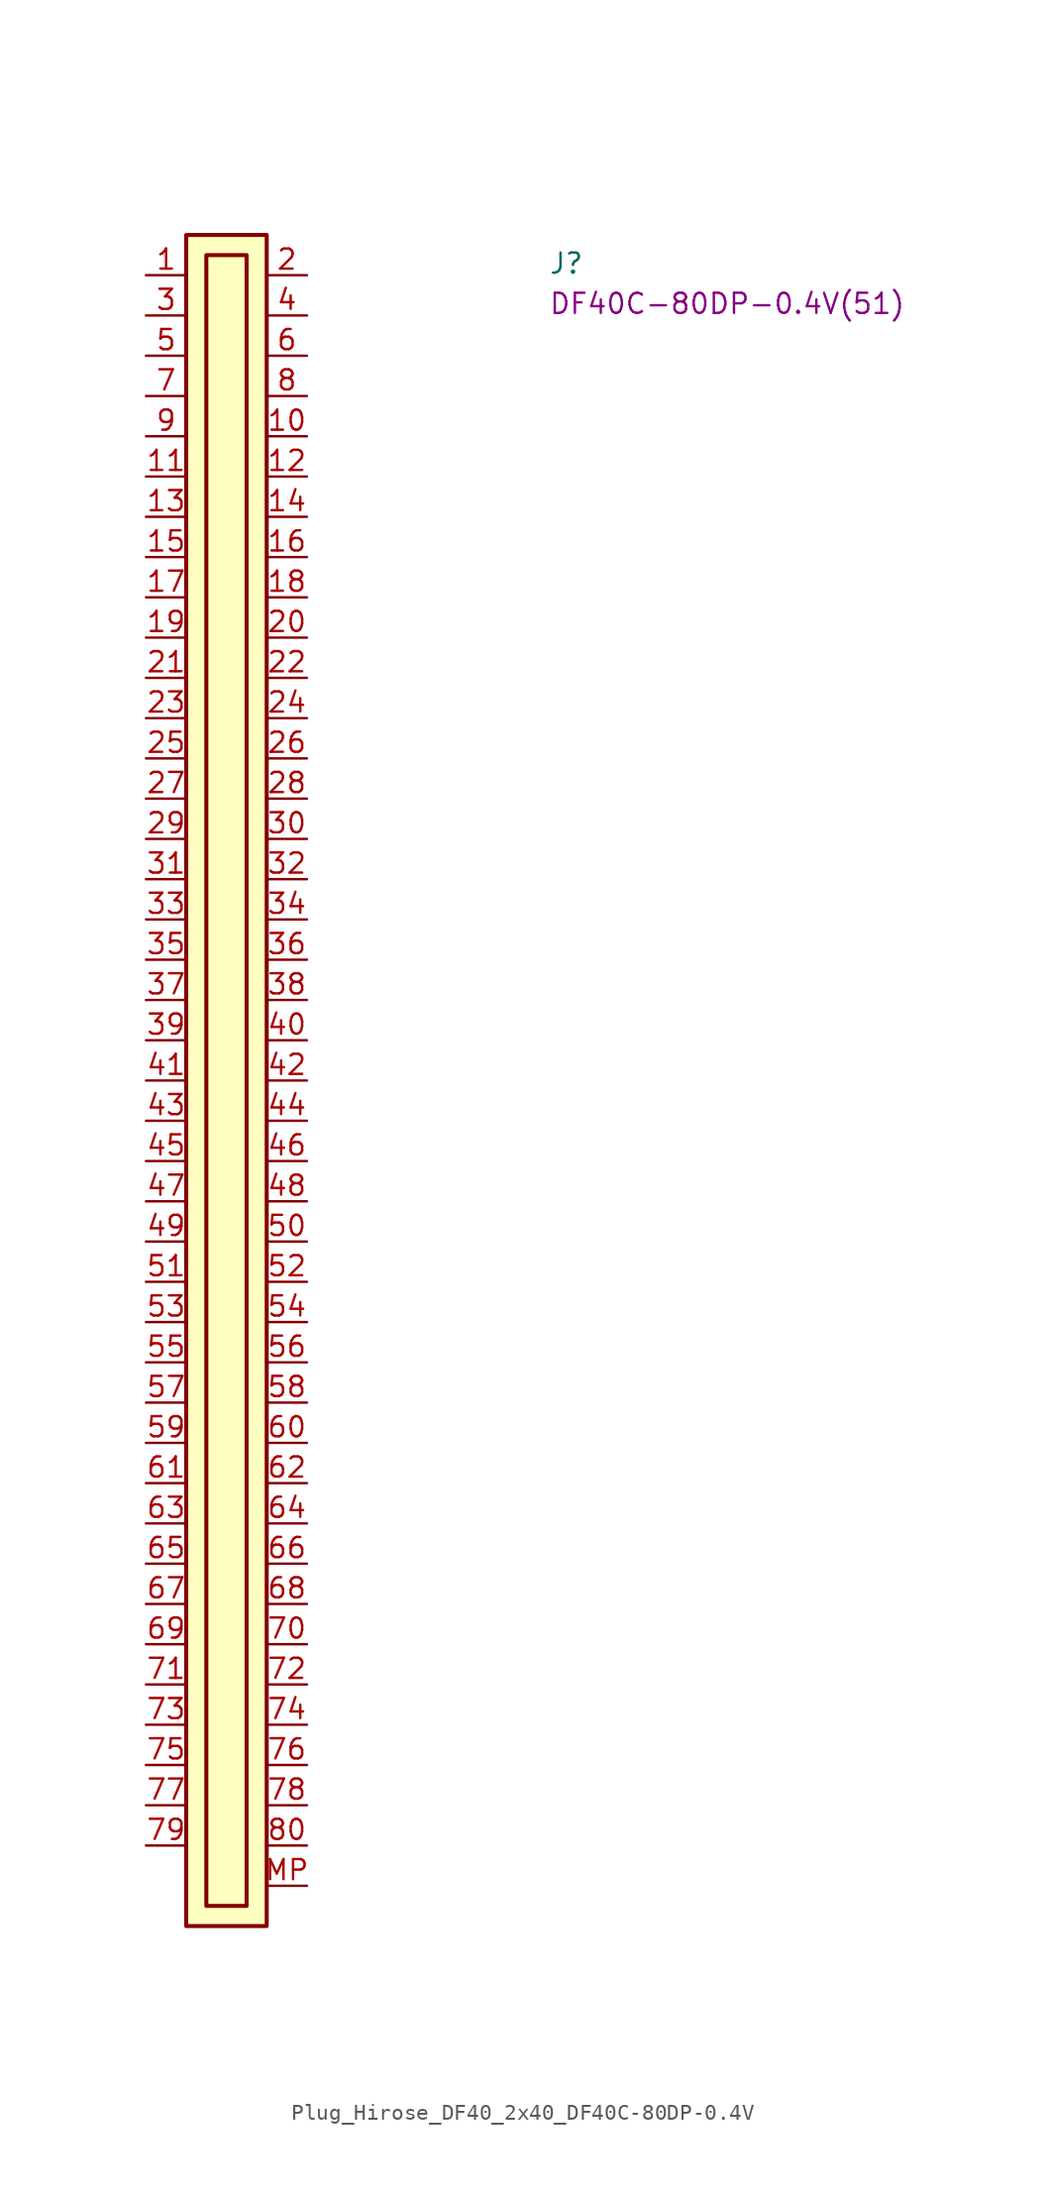
<source format=kicad_sym>
(kicad_symbol_lib
  (version 20220914)
  (generator kicad_symbol_editor)
  (symbol "Plug_Hirose_DF40_2x40_DF40C-80DP-0.4V"
    (pin_names hide)
    (property "Reference" "J"
      (at 25.4 0 0)
      (effects (font (size 1.27 1.27) (thickness 0.15)) (justify left bottom)))
    (property "MPN" "DF40C-80DP-0.4V(51)"
      (at 25.4 -2.54 0)
      (effects (font (size 1.27 1.27) (thickness 0.15)) (justify left bottom)))
    (symbol "Plug_Hirose_DF40_2x40_DF40C-80DP-0.4V_1_1"
      (rectangle (start 2.54 2.54) (end 7.62 -104.14) (stroke (width 0.254) (type default)) (fill (type background)))
      (rectangle (start 3.81 1.27) (end 6.35 -102.87) (stroke (width 0.254) (type default)) (fill (type background)))
      (pin passive line (at 0 0 0) (length 2.54) (name "~" (effects (font (size 1.27 1.27)))) (number "1" (effects (font (size 1.27 1.27)))))
      (pin passive line (at 10.16 -10.16 180) (length 2.54) (name "~" (effects (font (size 1.27 1.27)))) (number "10" (effects (font (size 1.27 1.27)))))
      (pin passive line (at 0 -12.7 0) (length 2.54) (name "~" (effects (font (size 1.27 1.27)))) (number "11" (effects (font (size 1.27 1.27)))))
      (pin passive line (at 10.16 -12.7 180) (length 2.54) (name "~" (effects (font (size 1.27 1.27)))) (number "12" (effects (font (size 1.27 1.27)))))
      (pin passive line (at 0 -15.24 0) (length 2.54) (name "~" (effects (font (size 1.27 1.27)))) (number "13" (effects (font (size 1.27 1.27)))))
      (pin passive line (at 10.16 -15.24 180) (length 2.54) (name "~" (effects (font (size 1.27 1.27)))) (number "14" (effects (font (size 1.27 1.27)))))
      (pin passive line (at 0 -17.78 0) (length 2.54) (name "~" (effects (font (size 1.27 1.27)))) (number "15" (effects (font (size 1.27 1.27)))))
      (pin passive line (at 10.16 -17.78 180) (length 2.54) (name "~" (effects (font (size 1.27 1.27)))) (number "16" (effects (font (size 1.27 1.27)))))
      (pin passive line (at 0 -20.32 0) (length 2.54) (name "~" (effects (font (size 1.27 1.27)))) (number "17" (effects (font (size 1.27 1.27)))))
      (pin passive line (at 10.16 -20.32 180) (length 2.54) (name "~" (effects (font (size 1.27 1.27)))) (number "18" (effects (font (size 1.27 1.27)))))
      (pin passive line (at 0 -22.86 0) (length 2.54) (name "~" (effects (font (size 1.27 1.27)))) (number "19" (effects (font (size 1.27 1.27)))))
      (pin passive line (at 10.16 0 180) (length 2.54) (name "~" (effects (font (size 1.27 1.27)))) (number "2" (effects (font (size 1.27 1.27)))))
      (pin passive line (at 10.16 -22.86 180) (length 2.54) (name "~" (effects (font (size 1.27 1.27)))) (number "20" (effects (font (size 1.27 1.27)))))
      (pin passive line (at 0 -25.4 0) (length 2.54) (name "~" (effects (font (size 1.27 1.27)))) (number "21" (effects (font (size 1.27 1.27)))))
      (pin passive line (at 10.16 -25.4 180) (length 2.54) (name "~" (effects (font (size 1.27 1.27)))) (number "22" (effects (font (size 1.27 1.27)))))
      (pin passive line (at 0 -27.94 0) (length 2.54) (name "~" (effects (font (size 1.27 1.27)))) (number "23" (effects (font (size 1.27 1.27)))))
      (pin passive line (at 10.16 -27.94 180) (length 2.54) (name "~" (effects (font (size 1.27 1.27)))) (number "24" (effects (font (size 1.27 1.27)))))
      (pin passive line (at 0 -30.48 0) (length 2.54) (name "~" (effects (font (size 1.27 1.27)))) (number "25" (effects (font (size 1.27 1.27)))))
      (pin passive line (at 10.16 -30.48 180) (length 2.54) (name "~" (effects (font (size 1.27 1.27)))) (number "26" (effects (font (size 1.27 1.27)))))
      (pin passive line (at 0 -33.02 0) (length 2.54) (name "~" (effects (font (size 1.27 1.27)))) (number "27" (effects (font (size 1.27 1.27)))))
      (pin passive line (at 10.16 -33.02 180) (length 2.54) (name "~" (effects (font (size 1.27 1.27)))) (number "28" (effects (font (size 1.27 1.27)))))
      (pin passive line (at 0 -35.56 0) (length 2.54) (name "~" (effects (font (size 1.27 1.27)))) (number "29" (effects (font (size 1.27 1.27)))))
      (pin passive line (at 0 -2.54 0) (length 2.54) (name "~" (effects (font (size 1.27 1.27)))) (number "3" (effects (font (size 1.27 1.27)))))
      (pin passive line (at 10.16 -35.56 180) (length 2.54) (name "~" (effects (font (size 1.27 1.27)))) (number "30" (effects (font (size 1.27 1.27)))))
      (pin passive line (at 0 -38.1 0) (length 2.54) (name "~" (effects (font (size 1.27 1.27)))) (number "31" (effects (font (size 1.27 1.27)))))
      (pin passive line (at 10.16 -38.1 180) (length 2.54) (name "~" (effects (font (size 1.27 1.27)))) (number "32" (effects (font (size 1.27 1.27)))))
      (pin passive line (at 0 -40.64 0) (length 2.54) (name "~" (effects (font (size 1.27 1.27)))) (number "33" (effects (font (size 1.27 1.27)))))
      (pin passive line (at 10.16 -40.64 180) (length 2.54) (name "~" (effects (font (size 1.27 1.27)))) (number "34" (effects (font (size 1.27 1.27)))))
      (pin passive line (at 0 -43.18 0) (length 2.54) (name "~" (effects (font (size 1.27 1.27)))) (number "35" (effects (font (size 1.27 1.27)))))
      (pin passive line (at 10.16 -43.18 180) (length 2.54) (name "~" (effects (font (size 1.27 1.27)))) (number "36" (effects (font (size 1.27 1.27)))))
      (pin passive line (at 0 -45.72 0) (length 2.54) (name "~" (effects (font (size 1.27 1.27)))) (number "37" (effects (font (size 1.27 1.27)))))
      (pin passive line (at 10.16 -45.72 180) (length 2.54) (name "~" (effects (font (size 1.27 1.27)))) (number "38" (effects (font (size 1.27 1.27)))))
      (pin passive line (at 0 -48.26 0) (length 2.54) (name "~" (effects (font (size 1.27 1.27)))) (number "39" (effects (font (size 1.27 1.27)))))
      (pin passive line (at 10.16 -2.54 180) (length 2.54) (name "~" (effects (font (size 1.27 1.27)))) (number "4" (effects (font (size 1.27 1.27)))))
      (pin passive line (at 10.16 -48.26 180) (length 2.54) (name "~" (effects (font (size 1.27 1.27)))) (number "40" (effects (font (size 1.27 1.27)))))
      (pin passive line (at 0 -50.8 0) (length 2.54) (name "~" (effects (font (size 1.27 1.27)))) (number "41" (effects (font (size 1.27 1.27)))))
      (pin passive line (at 10.16 -50.8 180) (length 2.54) (name "~" (effects (font (size 1.27 1.27)))) (number "42" (effects (font (size 1.27 1.27)))))
      (pin passive line (at 0 -53.34 0) (length 2.54) (name "~" (effects (font (size 1.27 1.27)))) (number "43" (effects (font (size 1.27 1.27)))))
      (pin passive line (at 10.16 -53.34 180) (length 2.54) (name "~" (effects (font (size 1.27 1.27)))) (number "44" (effects (font (size 1.27 1.27)))))
      (pin passive line (at 0 -55.88 0) (length 2.54) (name "~" (effects (font (size 1.27 1.27)))) (number "45" (effects (font (size 1.27 1.27)))))
      (pin passive line (at 10.16 -55.88 180) (length 2.54) (name "~" (effects (font (size 1.27 1.27)))) (number "46" (effects (font (size 1.27 1.27)))))
      (pin passive line (at 0 -58.42 0) (length 2.54) (name "~" (effects (font (size 1.27 1.27)))) (number "47" (effects (font (size 1.27 1.27)))))
      (pin passive line (at 10.16 -58.42 180) (length 2.54) (name "~" (effects (font (size 1.27 1.27)))) (number "48" (effects (font (size 1.27 1.27)))))
      (pin passive line (at 0 -60.96 0) (length 2.54) (name "~" (effects (font (size 1.27 1.27)))) (number "49" (effects (font (size 1.27 1.27)))))
      (pin passive line (at 0 -5.08 0) (length 2.54) (name "~" (effects (font (size 1.27 1.27)))) (number "5" (effects (font (size 1.27 1.27)))))
      (pin passive line (at 10.16 -60.96 180) (length 2.54) (name "~" (effects (font (size 1.27 1.27)))) (number "50" (effects (font (size 1.27 1.27)))))
      (pin passive line (at 0 -63.5 0) (length 2.54) (name "~" (effects (font (size 1.27 1.27)))) (number "51" (effects (font (size 1.27 1.27)))))
      (pin passive line (at 10.16 -63.5 180) (length 2.54) (name "~" (effects (font (size 1.27 1.27)))) (number "52" (effects (font (size 1.27 1.27)))))
      (pin passive line (at 0 -66.04 0) (length 2.54) (name "~" (effects (font (size 1.27 1.27)))) (number "53" (effects (font (size 1.27 1.27)))))
      (pin passive line (at 10.16 -66.04 180) (length 2.54) (name "~" (effects (font (size 1.27 1.27)))) (number "54" (effects (font (size 1.27 1.27)))))
      (pin passive line (at 0 -68.58 0) (length 2.54) (name "~" (effects (font (size 1.27 1.27)))) (number "55" (effects (font (size 1.27 1.27)))))
      (pin passive line (at 10.16 -68.58 180) (length 2.54) (name "~" (effects (font (size 1.27 1.27)))) (number "56" (effects (font (size 1.27 1.27)))))
      (pin passive line (at 0 -71.12 0) (length 2.54) (name "~" (effects (font (size 1.27 1.27)))) (number "57" (effects (font (size 1.27 1.27)))))
      (pin passive line (at 10.16 -71.12 180) (length 2.54) (name "~" (effects (font (size 1.27 1.27)))) (number "58" (effects (font (size 1.27 1.27)))))
      (pin passive line (at 0 -73.66 0) (length 2.54) (name "~" (effects (font (size 1.27 1.27)))) (number "59" (effects (font (size 1.27 1.27)))))
      (pin passive line (at 10.16 -5.08 180) (length 2.54) (name "~" (effects (font (size 1.27 1.27)))) (number "6" (effects (font (size 1.27 1.27)))))
      (pin passive line (at 10.16 -73.66 180) (length 2.54) (name "~" (effects (font (size 1.27 1.27)))) (number "60" (effects (font (size 1.27 1.27)))))
      (pin passive line (at 0 -76.2 0) (length 2.54) (name "~" (effects (font (size 1.27 1.27)))) (number "61" (effects (font (size 1.27 1.27)))))
      (pin passive line (at 10.16 -76.2 180) (length 2.54) (name "~" (effects (font (size 1.27 1.27)))) (number "62" (effects (font (size 1.27 1.27)))))
      (pin passive line (at 0 -78.74 0) (length 2.54) (name "~" (effects (font (size 1.27 1.27)))) (number "63" (effects (font (size 1.27 1.27)))))
      (pin passive line (at 10.16 -78.74 180) (length 2.54) (name "~" (effects (font (size 1.27 1.27)))) (number "64" (effects (font (size 1.27 1.27)))))
      (pin passive line (at 0 -81.28 0) (length 2.54) (name "~" (effects (font (size 1.27 1.27)))) (number "65" (effects (font (size 1.27 1.27)))))
      (pin passive line (at 10.16 -81.28 180) (length 2.54) (name "~" (effects (font (size 1.27 1.27)))) (number "66" (effects (font (size 1.27 1.27)))))
      (pin passive line (at 0 -83.82 0) (length 2.54) (name "~" (effects (font (size 1.27 1.27)))) (number "67" (effects (font (size 1.27 1.27)))))
      (pin passive line (at 10.16 -83.82 180) (length 2.54) (name "~" (effects (font (size 1.27 1.27)))) (number "68" (effects (font (size 1.27 1.27)))))
      (pin passive line (at 0 -86.36 0) (length 2.54) (name "~" (effects (font (size 1.27 1.27)))) (number "69" (effects (font (size 1.27 1.27)))))
      (pin passive line (at 0 -7.62 0) (length 2.54) (name "~" (effects (font (size 1.27 1.27)))) (number "7" (effects (font (size 1.27 1.27)))))
      (pin passive line (at 10.16 -86.36 180) (length 2.54) (name "~" (effects (font (size 1.27 1.27)))) (number "70" (effects (font (size 1.27 1.27)))))
      (pin passive line (at 0 -88.9 0) (length 2.54) (name "~" (effects (font (size 1.27 1.27)))) (number "71" (effects (font (size 1.27 1.27)))))
      (pin passive line (at 10.16 -88.9 180) (length 2.54) (name "~" (effects (font (size 1.27 1.27)))) (number "72" (effects (font (size 1.27 1.27)))))
      (pin passive line (at 0 -91.44 0) (length 2.54) (name "~" (effects (font (size 1.27 1.27)))) (number "73" (effects (font (size 1.27 1.27)))))
      (pin passive line (at 10.16 -91.44 180) (length 2.54) (name "~" (effects (font (size 1.27 1.27)))) (number "74" (effects (font (size 1.27 1.27)))))
      (pin passive line (at 0 -93.98 0) (length 2.54) (name "~" (effects (font (size 1.27 1.27)))) (number "75" (effects (font (size 1.27 1.27)))))
      (pin passive line (at 10.16 -93.98 180) (length 2.54) (name "~" (effects (font (size 1.27 1.27)))) (number "76" (effects (font (size 1.27 1.27)))))
      (pin passive line (at 0 -96.52 0) (length 2.54) (name "~" (effects (font (size 1.27 1.27)))) (number "77" (effects (font (size 1.27 1.27)))))
      (pin passive line (at 10.16 -96.52 180) (length 2.54) (name "~" (effects (font (size 1.27 1.27)))) (number "78" (effects (font (size 1.27 1.27)))))
      (pin passive line (at 0 -99.06 0) (length 2.54) (name "~" (effects (font (size 1.27 1.27)))) (number "79" (effects (font (size 1.27 1.27)))))
      (pin passive line (at 10.16 -7.62 180) (length 2.54) (name "~" (effects (font (size 1.27 1.27)))) (number "8" (effects (font (size 1.27 1.27)))))
      (pin passive line (at 10.16 -99.06 180) (length 2.54) (name "~" (effects (font (size 1.27 1.27)))) (number "80" (effects (font (size 1.27 1.27)))))
      (pin passive line (at 0 -10.16 0) (length 2.54) (name "~" (effects (font (size 1.27 1.27)))) (number "9" (effects (font (size 1.27 1.27)))))
      (pin passive line (at 10.16 -101.6 180) (length 2.54) (name "MP" (effects (font (size 1.27 1.27)))) (number "MP" (effects (font (size 1.27 1.27))))))))
</source>
